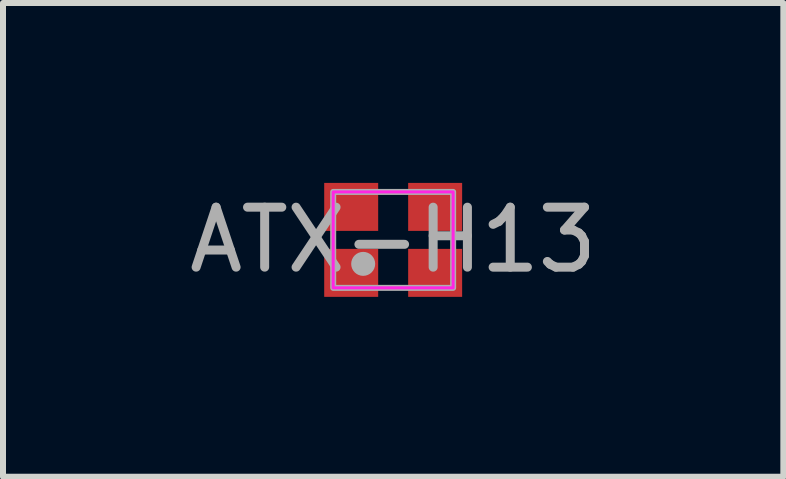
<source format=kicad_pcb>
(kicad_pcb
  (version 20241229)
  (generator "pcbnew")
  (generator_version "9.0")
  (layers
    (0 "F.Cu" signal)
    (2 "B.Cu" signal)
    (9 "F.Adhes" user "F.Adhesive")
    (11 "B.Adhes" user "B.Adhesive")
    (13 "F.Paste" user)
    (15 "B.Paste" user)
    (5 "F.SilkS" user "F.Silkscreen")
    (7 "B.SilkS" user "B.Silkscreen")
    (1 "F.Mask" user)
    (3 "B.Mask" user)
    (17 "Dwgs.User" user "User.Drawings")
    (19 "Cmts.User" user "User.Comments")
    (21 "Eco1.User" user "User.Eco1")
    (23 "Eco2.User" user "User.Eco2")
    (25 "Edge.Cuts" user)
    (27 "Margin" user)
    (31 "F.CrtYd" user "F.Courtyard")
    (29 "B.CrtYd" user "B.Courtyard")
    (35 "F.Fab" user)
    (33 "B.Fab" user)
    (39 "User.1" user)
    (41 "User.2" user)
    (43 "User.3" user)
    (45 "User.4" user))
  (footprint "ATX-H13"
    (layer "F.Cu")
    (at 3.506 0.95)
    (property "Reference" "ATX-H13" (at 0 0 0) (unlocked yes) (layer "F.SilkS") (effects (font (size 1 1) (thickness 0.1))))
    (attr smd)
    (fp_rect (start -1 -0.8) (end 1 0.8) (stroke (width 0.05) (type default)) (fill no) (layer "F.CrtYd"))
    (fp_rect (start -1 -0.8) (end 1 0.8) (stroke (width 0.1) (type default)) (fill no) (layer "F.Fab"))
    (fp_circle (center -0.5 0.4) (end -0.4 0.4) (stroke (width 0.2) (type default)) (fill no) (layer "F.Fab"))
    (fp_text user "${REFERENCE}" (at 0 0 0) (unlocked yes) (layer "F.Fab") (effects (font (size 1 1) (thickness 0.15))))
    (pad "1" smd rect (at -0.7 0.55) (size 0.9 0.8) (layers "F.Cu" "F.Mask" "F.Paste"))
    (pad "2" smd rect (at 0.7 0.55) (size 0.9 0.8) (layers "F.Cu" "F.Mask" "F.Paste"))
    (pad "3" smd rect (at 0.7 -0.55) (size 0.9 0.8) (layers "F.Cu" "F.Mask" "F.Paste"))
    (pad "4" smd rect (at -0.7 -0.55) (size 0.9 0.8) (layers "F.Cu" "F.Mask" "F.Paste")))
  (gr_rect
    (start -3 -3)
    (end 10.012 4.9)
    (stroke (width 0.1) (type default))
    (fill no)
    (layer "Edge.Cuts")))
</source>
